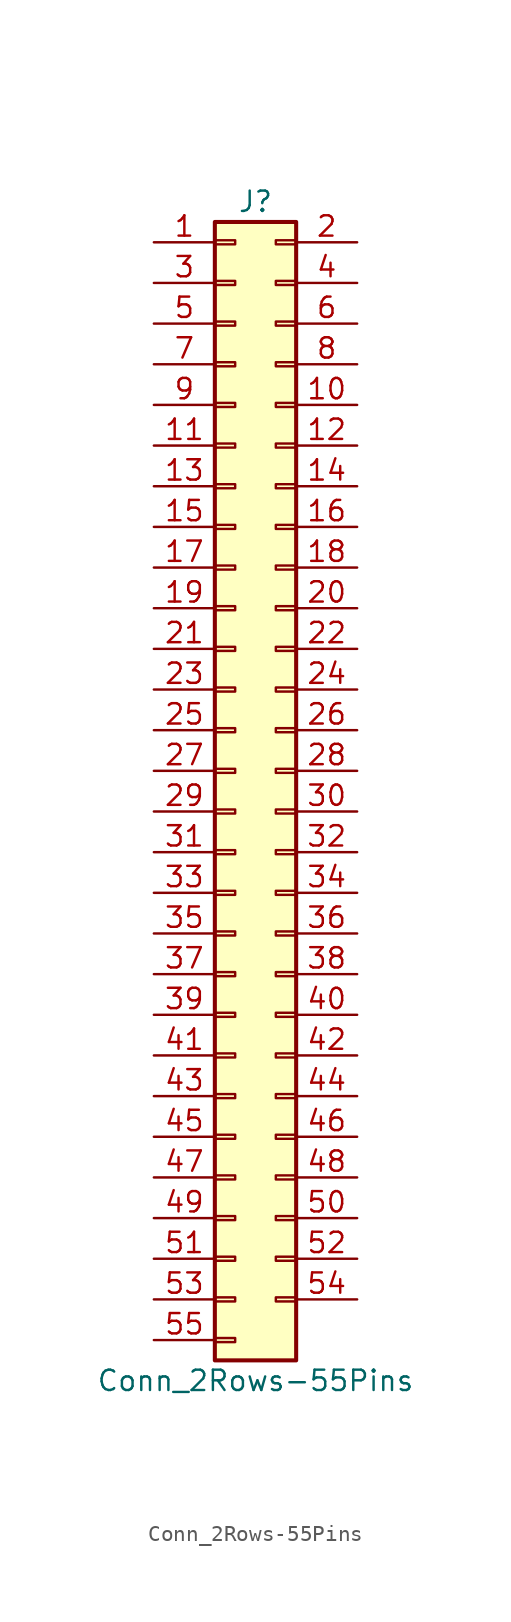
<source format=kicad_sym>
(kicad_symbol_lib
  (version 20201005)
  (generator kicad_symbol_editor)
  (symbol "Conn_2Rows-55Pins"
    (pin_names
      (offset 1.016) hide)
    (property "Reference" "J"
      (at 1.27 35.56 0)
      (effects (font (size 1.27 1.27))))
    (property "Value" "Conn_2Rows-55Pins"
      (at 1.27 -38.1 0)
      (effects (font (size 1.27 1.27))))
    (symbol "Conn_2Rows-55Pins_1_1"
      (rectangle (start -1.27 -35.433) (end 0 -35.687) (stroke (width 0.152)) (fill (type none)))
      (rectangle (start -1.27 -32.893) (end 0 -33.147) (stroke (width 0.152)) (fill (type none)))
      (rectangle (start -1.27 -30.353) (end 0 -30.607) (stroke (width 0.152)) (fill (type none)))
      (rectangle (start -1.27 -27.813) (end 0 -28.067) (stroke (width 0.152)) (fill (type none)))
      (rectangle (start -1.27 -25.273) (end 0 -25.527) (stroke (width 0.152)) (fill (type none)))
      (rectangle (start -1.27 -22.733) (end 0 -22.987) (stroke (width 0.152)) (fill (type none)))
      (rectangle (start -1.27 -20.193) (end 0 -20.447) (stroke (width 0.152)) (fill (type none)))
      (rectangle (start -1.27 -17.653) (end 0 -17.907) (stroke (width 0.152)) (fill (type none)))
      (rectangle (start -1.27 -15.113) (end 0 -15.367) (stroke (width 0.152)) (fill (type none)))
      (rectangle (start -1.27 -12.573) (end 0 -12.827) (stroke (width 0.152)) (fill (type none)))
      (rectangle (start -1.27 -10.033) (end 0 -10.287) (stroke (width 0.152)) (fill (type none)))
      (rectangle (start -1.27 -7.493) (end 0 -7.747) (stroke (width 0.152)) (fill (type none)))
      (rectangle (start -1.27 -4.953) (end 0 -5.207) (stroke (width 0.152)) (fill (type none)))
      (rectangle (start -1.27 -2.413) (end 0 -2.667) (stroke (width 0.152)) (fill (type none)))
      (rectangle (start -1.27 0.127) (end 0 -0.127) (stroke (width 0.152)) (fill (type none)))
      (rectangle (start -1.27 2.667) (end 0 2.413) (stroke (width 0.152)) (fill (type none)))
      (rectangle (start -1.27 5.207) (end 0 4.953) (stroke (width 0.152)) (fill (type none)))
      (rectangle (start -1.27 7.747) (end 0 7.493) (stroke (width 0.152)) (fill (type none)))
      (rectangle (start -1.27 10.287) (end 0 10.033) (stroke (width 0.152)) (fill (type none)))
      (rectangle (start -1.27 12.827) (end 0 12.573) (stroke (width 0.152)) (fill (type none)))
      (rectangle (start -1.27 15.367) (end 0 15.113) (stroke (width 0.152)) (fill (type none)))
      (rectangle (start -1.27 17.907) (end 0 17.653) (stroke (width 0.152)) (fill (type none)))
      (rectangle (start -1.27 20.447) (end 0 20.193) (stroke (width 0.152)) (fill (type none)))
      (rectangle (start -1.27 22.987) (end 0 22.733) (stroke (width 0.152)) (fill (type none)))
      (rectangle (start -1.27 25.527) (end 0 25.273) (stroke (width 0.152)) (fill (type none)))
      (rectangle (start -1.27 28.067) (end 0 27.813) (stroke (width 0.152)) (fill (type none)))
      (rectangle (start -1.27 30.607) (end 0 30.353) (stroke (width 0.152)) (fill (type none)))
      (rectangle (start -1.27 33.147) (end 0 32.893) (stroke (width 0.152)) (fill (type none)))
      (rectangle (start -1.27 34.29) (end 3.81 -36.83) (stroke (width 0.254)) (fill (type background)))
      (rectangle (start 3.81 -32.893) (end 2.54 -33.147) (stroke (width 0.152)) (fill (type none)))
      (rectangle (start 3.81 -30.353) (end 2.54 -30.607) (stroke (width 0.152)) (fill (type none)))
      (rectangle (start 3.81 -27.813) (end 2.54 -28.067) (stroke (width 0.152)) (fill (type none)))
      (rectangle (start 3.81 -25.273) (end 2.54 -25.527) (stroke (width 0.152)) (fill (type none)))
      (rectangle (start 3.81 -22.733) (end 2.54 -22.987) (stroke (width 0.152)) (fill (type none)))
      (rectangle (start 3.81 -20.193) (end 2.54 -20.447) (stroke (width 0.152)) (fill (type none)))
      (rectangle (start 3.81 -17.653) (end 2.54 -17.907) (stroke (width 0.152)) (fill (type none)))
      (rectangle (start 3.81 -15.113) (end 2.54 -15.367) (stroke (width 0.152)) (fill (type none)))
      (rectangle (start 3.81 -12.573) (end 2.54 -12.827) (stroke (width 0.152)) (fill (type none)))
      (rectangle (start 3.81 -10.033) (end 2.54 -10.287) (stroke (width 0.152)) (fill (type none)))
      (rectangle (start 3.81 -7.493) (end 2.54 -7.747) (stroke (width 0.152)) (fill (type none)))
      (rectangle (start 3.81 -4.953) (end 2.54 -5.207) (stroke (width 0.152)) (fill (type none)))
      (rectangle (start 3.81 -2.413) (end 2.54 -2.667) (stroke (width 0.152)) (fill (type none)))
      (rectangle (start 3.81 0.127) (end 2.54 -0.127) (stroke (width 0.152)) (fill (type none)))
      (rectangle (start 3.81 2.667) (end 2.54 2.413) (stroke (width 0.152)) (fill (type none)))
      (rectangle (start 3.81 5.207) (end 2.54 4.953) (stroke (width 0.152)) (fill (type none)))
      (rectangle (start 3.81 7.747) (end 2.54 7.493) (stroke (width 0.152)) (fill (type none)))
      (rectangle (start 3.81 10.287) (end 2.54 10.033) (stroke (width 0.152)) (fill (type none)))
      (rectangle (start 3.81 12.827) (end 2.54 12.573) (stroke (width 0.152)) (fill (type none)))
      (rectangle (start 3.81 15.367) (end 2.54 15.113) (stroke (width 0.152)) (fill (type none)))
      (rectangle (start 3.81 17.907) (end 2.54 17.653) (stroke (width 0.152)) (fill (type none)))
      (rectangle (start 3.81 20.447) (end 2.54 20.193) (stroke (width 0.152)) (fill (type none)))
      (rectangle (start 3.81 22.987) (end 2.54 22.733) (stroke (width 0.152)) (fill (type none)))
      (rectangle (start 3.81 25.527) (end 2.54 25.273) (stroke (width 0.152)) (fill (type none)))
      (rectangle (start 3.81 28.067) (end 2.54 27.813) (stroke (width 0.152)) (fill (type none)))
      (rectangle (start 3.81 30.607) (end 2.54 30.353) (stroke (width 0.152)) (fill (type none)))
      (rectangle (start 3.81 33.147) (end 2.54 32.893) (stroke (width 0.152)) (fill (type none)))
      (pin passive line (at -5.08 33.02 0) (length 3.81) (name "Pin_1" (effects (font (size 1.27 1.27)))) (number "1" (effects (font (size 1.27 1.27)))))
      (pin passive line (at 7.62 22.86 180) (length 3.81) (name "Pin_10" (effects (font (size 1.27 1.27)))) (number "10" (effects (font (size 1.27 1.27)))))
      (pin passive line (at -5.08 20.32 0) (length 3.81) (name "Pin_11" (effects (font (size 1.27 1.27)))) (number "11" (effects (font (size 1.27 1.27)))))
      (pin passive line (at 7.62 20.32 180) (length 3.81) (name "Pin_12" (effects (font (size 1.27 1.27)))) (number "12" (effects (font (size 1.27 1.27)))))
      (pin passive line (at -5.08 17.78 0) (length 3.81) (name "Pin_13" (effects (font (size 1.27 1.27)))) (number "13" (effects (font (size 1.27 1.27)))))
      (pin passive line (at 7.62 17.78 180) (length 3.81) (name "Pin_14" (effects (font (size 1.27 1.27)))) (number "14" (effects (font (size 1.27 1.27)))))
      (pin passive line (at -5.08 15.24 0) (length 3.81) (name "Pin_15" (effects (font (size 1.27 1.27)))) (number "15" (effects (font (size 1.27 1.27)))))
      (pin passive line (at 7.62 15.24 180) (length 3.81) (name "Pin_16" (effects (font (size 1.27 1.27)))) (number "16" (effects (font (size 1.27 1.27)))))
      (pin passive line (at -5.08 12.7 0) (length 3.81) (name "Pin_17" (effects (font (size 1.27 1.27)))) (number "17" (effects (font (size 1.27 1.27)))))
      (pin passive line (at 7.62 12.7 180) (length 3.81) (name "Pin_18" (effects (font (size 1.27 1.27)))) (number "18" (effects (font (size 1.27 1.27)))))
      (pin passive line (at -5.08 10.16 0) (length 3.81) (name "Pin_19" (effects (font (size 1.27 1.27)))) (number "19" (effects (font (size 1.27 1.27)))))
      (pin passive line (at 7.62 33.02 180) (length 3.81) (name "Pin_2" (effects (font (size 1.27 1.27)))) (number "2" (effects (font (size 1.27 1.27)))))
      (pin passive line (at 7.62 10.16 180) (length 3.81) (name "Pin_20" (effects (font (size 1.27 1.27)))) (number "20" (effects (font (size 1.27 1.27)))))
      (pin passive line (at -5.08 7.62 0) (length 3.81) (name "Pin_21" (effects (font (size 1.27 1.27)))) (number "21" (effects (font (size 1.27 1.27)))))
      (pin passive line (at 7.62 7.62 180) (length 3.81) (name "Pin_22" (effects (font (size 1.27 1.27)))) (number "22" (effects (font (size 1.27 1.27)))))
      (pin passive line (at -5.08 5.08 0) (length 3.81) (name "Pin_23" (effects (font (size 1.27 1.27)))) (number "23" (effects (font (size 1.27 1.27)))))
      (pin passive line (at 7.62 5.08 180) (length 3.81) (name "Pin_24" (effects (font (size 1.27 1.27)))) (number "24" (effects (font (size 1.27 1.27)))))
      (pin passive line (at -5.08 2.54 0) (length 3.81) (name "Pin_25" (effects (font (size 1.27 1.27)))) (number "25" (effects (font (size 1.27 1.27)))))
      (pin passive line (at 7.62 2.54 180) (length 3.81) (name "Pin_26" (effects (font (size 1.27 1.27)))) (number "26" (effects (font (size 1.27 1.27)))))
      (pin passive line (at -5.08 0 0) (length 3.81) (name "Pin_27" (effects (font (size 1.27 1.27)))) (number "27" (effects (font (size 1.27 1.27)))))
      (pin passive line (at 7.62 0 180) (length 3.81) (name "Pin_28" (effects (font (size 1.27 1.27)))) (number "28" (effects (font (size 1.27 1.27)))))
      (pin passive line (at -5.08 -2.54 0) (length 3.81) (name "Pin_29" (effects (font (size 1.27 1.27)))) (number "29" (effects (font (size 1.27 1.27)))))
      (pin passive line (at -5.08 30.48 0) (length 3.81) (name "Pin_3" (effects (font (size 1.27 1.27)))) (number "3" (effects (font (size 1.27 1.27)))))
      (pin passive line (at 7.62 -2.54 180) (length 3.81) (name "Pin_30" (effects (font (size 1.27 1.27)))) (number "30" (effects (font (size 1.27 1.27)))))
      (pin passive line (at -5.08 -5.08 0) (length 3.81) (name "Pin_31" (effects (font (size 1.27 1.27)))) (number "31" (effects (font (size 1.27 1.27)))))
      (pin passive line (at 7.62 -5.08 180) (length 3.81) (name "Pin_32" (effects (font (size 1.27 1.27)))) (number "32" (effects (font (size 1.27 1.27)))))
      (pin passive line (at -5.08 -7.62 0) (length 3.81) (name "Pin_33" (effects (font (size 1.27 1.27)))) (number "33" (effects (font (size 1.27 1.27)))))
      (pin passive line (at 7.62 -7.62 180) (length 3.81) (name "Pin_34" (effects (font (size 1.27 1.27)))) (number "34" (effects (font (size 1.27 1.27)))))
      (pin passive line (at -5.08 -10.16 0) (length 3.81) (name "Pin_35" (effects (font (size 1.27 1.27)))) (number "35" (effects (font (size 1.27 1.27)))))
      (pin passive line (at 7.62 -10.16 180) (length 3.81) (name "Pin_36" (effects (font (size 1.27 1.27)))) (number "36" (effects (font (size 1.27 1.27)))))
      (pin passive line (at -5.08 -12.7 0) (length 3.81) (name "Pin_37" (effects (font (size 1.27 1.27)))) (number "37" (effects (font (size 1.27 1.27)))))
      (pin passive line (at 7.62 -12.7 180) (length 3.81) (name "Pin_38" (effects (font (size 1.27 1.27)))) (number "38" (effects (font (size 1.27 1.27)))))
      (pin passive line (at -5.08 -15.24 0) (length 3.81) (name "Pin_39" (effects (font (size 1.27 1.27)))) (number "39" (effects (font (size 1.27 1.27)))))
      (pin passive line (at 7.62 30.48 180) (length 3.81) (name "Pin_4" (effects (font (size 1.27 1.27)))) (number "4" (effects (font (size 1.27 1.27)))))
      (pin passive line (at 7.62 -15.24 180) (length 3.81) (name "Pin_40" (effects (font (size 1.27 1.27)))) (number "40" (effects (font (size 1.27 1.27)))))
      (pin passive line (at -5.08 -17.78 0) (length 3.81) (name "Pin_41" (effects (font (size 1.27 1.27)))) (number "41" (effects (font (size 1.27 1.27)))))
      (pin passive line (at 7.62 -17.78 180) (length 3.81) (name "Pin_42" (effects (font (size 1.27 1.27)))) (number "42" (effects (font (size 1.27 1.27)))))
      (pin passive line (at -5.08 -20.32 0) (length 3.81) (name "Pin_43" (effects (font (size 1.27 1.27)))) (number "43" (effects (font (size 1.27 1.27)))))
      (pin passive line (at 7.62 -20.32 180) (length 3.81) (name "Pin_44" (effects (font (size 1.27 1.27)))) (number "44" (effects (font (size 1.27 1.27)))))
      (pin passive line (at -5.08 -22.86 0) (length 3.81) (name "Pin_45" (effects (font (size 1.27 1.27)))) (number "45" (effects (font (size 1.27 1.27)))))
      (pin passive line (at 7.62 -22.86 180) (length 3.81) (name "Pin_46" (effects (font (size 1.27 1.27)))) (number "46" (effects (font (size 1.27 1.27)))))
      (pin passive line (at -5.08 -25.4 0) (length 3.81) (name "Pin_47" (effects (font (size 1.27 1.27)))) (number "47" (effects (font (size 1.27 1.27)))))
      (pin passive line (at 7.62 -25.4 180) (length 3.81) (name "Pin_48" (effects (font (size 1.27 1.27)))) (number "48" (effects (font (size 1.27 1.27)))))
      (pin passive line (at -5.08 -27.94 0) (length 3.81) (name "Pin_49" (effects (font (size 1.27 1.27)))) (number "49" (effects (font (size 1.27 1.27)))))
      (pin passive line (at -5.08 27.94 0) (length 3.81) (name "Pin_5" (effects (font (size 1.27 1.27)))) (number "5" (effects (font (size 1.27 1.27)))))
      (pin passive line (at 7.62 -27.94 180) (length 3.81) (name "Pin_50" (effects (font (size 1.27 1.27)))) (number "50" (effects (font (size 1.27 1.27)))))
      (pin passive line (at -5.08 -30.48 0) (length 3.81) (name "Pin_51" (effects (font (size 1.27 1.27)))) (number "51" (effects (font (size 1.27 1.27)))))
      (pin passive line (at 7.62 -30.48 180) (length 3.81) (name "Pin_52" (effects (font (size 1.27 1.27)))) (number "52" (effects (font (size 1.27 1.27)))))
      (pin passive line (at -5.08 -33.02 0) (length 3.81) (name "Pin_53" (effects (font (size 1.27 1.27)))) (number "53" (effects (font (size 1.27 1.27)))))
      (pin passive line (at 7.62 -33.02 180) (length 3.81) (name "Pin_54" (effects (font (size 1.27 1.27)))) (number "54" (effects (font (size 1.27 1.27)))))
      (pin passive line (at -5.08 -35.56 0) (length 3.81) (name "Pin_55" (effects (font (size 1.27 1.27)))) (number "55" (effects (font (size 1.27 1.27)))))
      (pin passive line (at 7.62 27.94 180) (length 3.81) (name "Pin_6" (effects (font (size 1.27 1.27)))) (number "6" (effects (font (size 1.27 1.27)))))
      (pin passive line (at -5.08 25.4 0) (length 3.81) (name "Pin_7" (effects (font (size 1.27 1.27)))) (number "7" (effects (font (size 1.27 1.27)))))
      (pin passive line (at 7.62 25.4 180) (length 3.81) (name "Pin_8" (effects (font (size 1.27 1.27)))) (number "8" (effects (font (size 1.27 1.27)))))
      (pin passive line (at -5.08 22.86 0) (length 3.81) (name "Pin_9" (effects (font (size 1.27 1.27)))) (number "9" (effects (font (size 1.27 1.27))))))))
</source>
